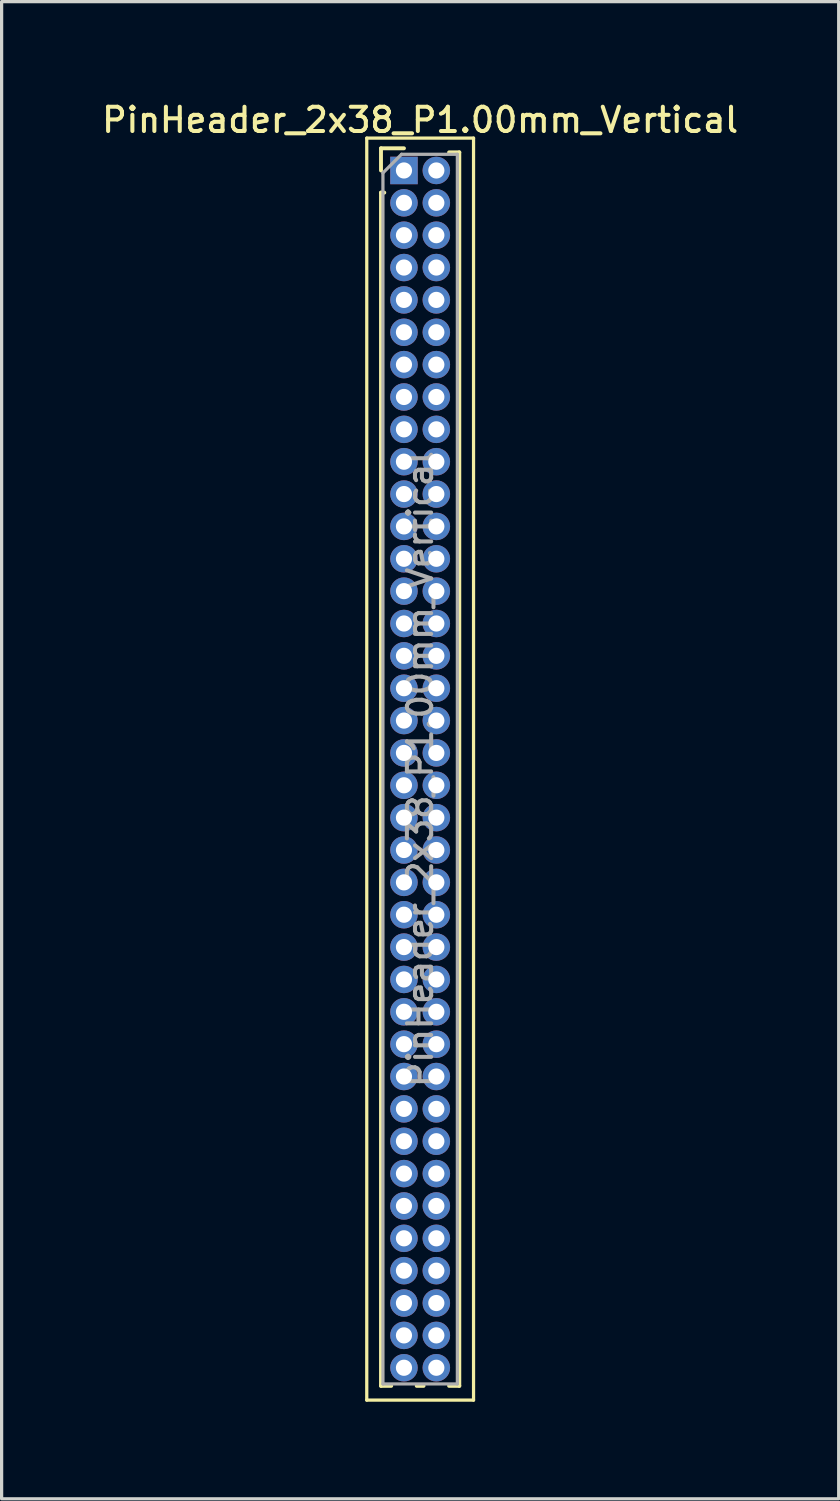
<source format=kicad_pcb>
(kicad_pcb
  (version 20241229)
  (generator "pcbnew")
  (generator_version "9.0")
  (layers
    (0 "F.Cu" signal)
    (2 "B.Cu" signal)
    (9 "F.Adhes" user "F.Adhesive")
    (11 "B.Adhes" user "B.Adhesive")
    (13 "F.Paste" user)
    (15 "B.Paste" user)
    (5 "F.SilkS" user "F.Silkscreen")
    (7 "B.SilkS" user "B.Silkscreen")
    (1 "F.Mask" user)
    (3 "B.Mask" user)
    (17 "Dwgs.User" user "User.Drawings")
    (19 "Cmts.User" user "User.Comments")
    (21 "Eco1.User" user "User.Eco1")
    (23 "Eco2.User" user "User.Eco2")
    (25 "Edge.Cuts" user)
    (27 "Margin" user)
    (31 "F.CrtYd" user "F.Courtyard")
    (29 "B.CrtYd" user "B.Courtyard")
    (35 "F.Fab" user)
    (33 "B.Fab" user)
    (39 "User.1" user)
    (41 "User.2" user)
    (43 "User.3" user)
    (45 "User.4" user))
  (footprint "PinHeader_2x38_P1.00mm_Vertical"
    (layer "F.Cu")
    (at 9.434 2.218)
    (property "Reference" "PinHeader_2x38_P1.00mm_Vertical" (at 0.5 -1.56 0) (layer "F.SilkS") (effects (font (size 0.75 0.75) (thickness 0.125))))
    (attr through_hole)
    (fp_line (start -1.15 -1) (end -1.15 38) (stroke (width 0.1) (type solid)) (layer "F.SilkS"))
    (fp_line (start -1.15 38) (end 2.15 38) (stroke (width 0.1) (type solid)) (layer "F.SilkS"))
    (fp_line (start -0.71 -0.685) (end 0 -0.685) (stroke (width 0.12) (type solid)) (layer "F.SilkS"))
    (fp_line (start -0.71 0) (end -0.71 -0.685) (stroke (width 0.12) (type solid)) (layer "F.SilkS"))
    (fp_line (start -0.71 0.685) (end -0.71 37.56) (stroke (width 0.12) (type solid)) (layer "F.SilkS"))
    (fp_line (start -0.71 0.685) (end -0.608 0.685) (stroke (width 0.12) (type solid)) (layer "F.SilkS"))
    (fp_line (start -0.71 37.56) (end -0.394 37.56) (stroke (width 0.12) (type solid)) (layer "F.SilkS"))
    (fp_line (start 0.394 37.56) (end 0.606 37.56) (stroke (width 0.12) (type solid)) (layer "F.SilkS"))
    (fp_line (start 1.394 -0.56) (end 1.71 -0.56) (stroke (width 0.12) (type solid)) (layer "F.SilkS"))
    (fp_line (start 1.394 37.56) (end 1.71 37.56) (stroke (width 0.12) (type solid)) (layer "F.SilkS"))
    (fp_line (start 1.71 -0.56) (end 1.71 37.56) (stroke (width 0.12) (type solid)) (layer "F.SilkS"))
    (fp_line (start 2.15 -1) (end -1.15 -1) (stroke (width 0.1) (type solid)) (layer "F.SilkS"))
    (fp_line (start 2.15 38) (end 2.15 -1) (stroke (width 0.1) (type solid)) (layer "F.SilkS"))
    (fp_line (start -0.65 0.075) (end -0.075 -0.5) (stroke (width 0.1) (type solid)) (layer "F.Fab"))
    (fp_line (start -0.65 37.5) (end -0.65 0.075) (stroke (width 0.1) (type solid)) (layer "F.Fab"))
    (fp_line (start -0.075 -0.5) (end 1.65 -0.5) (stroke (width 0.1) (type solid)) (layer "F.Fab"))
    (fp_line (start 1.65 -0.5) (end 1.65 37.5) (stroke (width 0.1) (type solid)) (layer "F.Fab"))
    (fp_line (start 1.65 37.5) (end -0.65 37.5) (stroke (width 0.1) (type solid)) (layer "F.Fab"))
    (fp_text user "${REFERENCE}" (at 0.5 18.5 90) (layer "F.Fab") (effects (font (size 0.75 0.75) (thickness 0.125))))
    (pad "1" thru_hole rect (at 0 0) (size 0.85 0.85) (drill 0.5) (layers "*.Cu" "*.Mask"))
    (pad "2" thru_hole oval (at 1 0) (size 0.85 0.85) (drill 0.5) (layers "*.Cu" "*.Mask"))
    (pad "3" thru_hole oval (at 0 1) (size 0.85 0.85) (drill 0.5) (layers "*.Cu" "*.Mask"))
    (pad "4" thru_hole oval (at 1 1) (size 0.85 0.85) (drill 0.5) (layers "*.Cu" "*.Mask"))
    (pad "5" thru_hole oval (at 0 2) (size 0.85 0.85) (drill 0.5) (layers "*.Cu" "*.Mask"))
    (pad "6" thru_hole oval (at 1 2) (size 0.85 0.85) (drill 0.5) (layers "*.Cu" "*.Mask"))
    (pad "7" thru_hole oval (at 0 3) (size 0.85 0.85) (drill 0.5) (layers "*.Cu" "*.Mask"))
    (pad "8" thru_hole oval (at 1 3) (size 0.85 0.85) (drill 0.5) (layers "*.Cu" "*.Mask"))
    (pad "9" thru_hole oval (at 0 4) (size 0.85 0.85) (drill 0.5) (layers "*.Cu" "*.Mask"))
    (pad "10" thru_hole oval (at 1 4) (size 0.85 0.85) (drill 0.5) (layers "*.Cu" "*.Mask"))
    (pad "11" thru_hole oval (at 0 5) (size 0.85 0.85) (drill 0.5) (layers "*.Cu" "*.Mask"))
    (pad "12" thru_hole oval (at 1 5) (size 0.85 0.85) (drill 0.5) (layers "*.Cu" "*.Mask"))
    (pad "13" thru_hole oval (at 0 6) (size 0.85 0.85) (drill 0.5) (layers "*.Cu" "*.Mask"))
    (pad "14" thru_hole oval (at 1 6) (size 0.85 0.85) (drill 0.5) (layers "*.Cu" "*.Mask"))
    (pad "15" thru_hole oval (at 0 7) (size 0.85 0.85) (drill 0.5) (layers "*.Cu" "*.Mask"))
    (pad "16" thru_hole oval (at 1 7) (size 0.85 0.85) (drill 0.5) (layers "*.Cu" "*.Mask"))
    (pad "17" thru_hole oval (at 0 8) (size 0.85 0.85) (drill 0.5) (layers "*.Cu" "*.Mask"))
    (pad "18" thru_hole oval (at 1 8) (size 0.85 0.85) (drill 0.5) (layers "*.Cu" "*.Mask"))
    (pad "19" thru_hole oval (at 0 9) (size 0.85 0.85) (drill 0.5) (layers "*.Cu" "*.Mask"))
    (pad "20" thru_hole oval (at 1 9) (size 0.85 0.85) (drill 0.5) (layers "*.Cu" "*.Mask"))
    (pad "21" thru_hole oval (at 0 10) (size 0.85 0.85) (drill 0.5) (layers "*.Cu" "*.Mask"))
    (pad "22" thru_hole oval (at 1 10) (size 0.85 0.85) (drill 0.5) (layers "*.Cu" "*.Mask"))
    (pad "23" thru_hole oval (at 0 11) (size 0.85 0.85) (drill 0.5) (layers "*.Cu" "*.Mask"))
    (pad "24" thru_hole oval (at 1 11) (size 0.85 0.85) (drill 0.5) (layers "*.Cu" "*.Mask"))
    (pad "25" thru_hole oval (at 0 12) (size 0.85 0.85) (drill 0.5) (layers "*.Cu" "*.Mask"))
    (pad "26" thru_hole oval (at 1 12) (size 0.85 0.85) (drill 0.5) (layers "*.Cu" "*.Mask"))
    (pad "27" thru_hole oval (at 0 13) (size 0.85 0.85) (drill 0.5) (layers "*.Cu" "*.Mask"))
    (pad "28" thru_hole oval (at 1 13) (size 0.85 0.85) (drill 0.5) (layers "*.Cu" "*.Mask"))
    (pad "29" thru_hole oval (at 0 14) (size 0.85 0.85) (drill 0.5) (layers "*.Cu" "*.Mask"))
    (pad "30" thru_hole oval (at 1 14) (size 0.85 0.85) (drill 0.5) (layers "*.Cu" "*.Mask"))
    (pad "31" thru_hole oval (at 0 15) (size 0.85 0.85) (drill 0.5) (layers "*.Cu" "*.Mask"))
    (pad "32" thru_hole oval (at 1 15) (size 0.85 0.85) (drill 0.5) (layers "*.Cu" "*.Mask"))
    (pad "33" thru_hole oval (at 0 16) (size 0.85 0.85) (drill 0.5) (layers "*.Cu" "*.Mask"))
    (pad "34" thru_hole oval (at 1 16) (size 0.85 0.85) (drill 0.5) (layers "*.Cu" "*.Mask"))
    (pad "35" thru_hole oval (at 0 17) (size 0.85 0.85) (drill 0.5) (layers "*.Cu" "*.Mask"))
    (pad "36" thru_hole oval (at 1 17) (size 0.85 0.85) (drill 0.5) (layers "*.Cu" "*.Mask"))
    (pad "37" thru_hole oval (at 0 18) (size 0.85 0.85) (drill 0.5) (layers "*.Cu" "*.Mask"))
    (pad "38" thru_hole oval (at 1 18) (size 0.85 0.85) (drill 0.5) (layers "*.Cu" "*.Mask"))
    (pad "39" thru_hole oval (at 0 19) (size 0.85 0.85) (drill 0.5) (layers "*.Cu" "*.Mask"))
    (pad "40" thru_hole oval (at 1 19) (size 0.85 0.85) (drill 0.5) (layers "*.Cu" "*.Mask"))
    (pad "41" thru_hole oval (at 0 20) (size 0.85 0.85) (drill 0.5) (layers "*.Cu" "*.Mask"))
    (pad "42" thru_hole oval (at 1 20) (size 0.85 0.85) (drill 0.5) (layers "*.Cu" "*.Mask"))
    (pad "43" thru_hole oval (at 0 21) (size 0.85 0.85) (drill 0.5) (layers "*.Cu" "*.Mask"))
    (pad "44" thru_hole oval (at 1 21) (size 0.85 0.85) (drill 0.5) (layers "*.Cu" "*.Mask"))
    (pad "45" thru_hole oval (at 0 22) (size 0.85 0.85) (drill 0.5) (layers "*.Cu" "*.Mask"))
    (pad "46" thru_hole oval (at 1 22) (size 0.85 0.85) (drill 0.5) (layers "*.Cu" "*.Mask"))
    (pad "47" thru_hole oval (at 0 23) (size 0.85 0.85) (drill 0.5) (layers "*.Cu" "*.Mask"))
    (pad "48" thru_hole oval (at 1 23) (size 0.85 0.85) (drill 0.5) (layers "*.Cu" "*.Mask"))
    (pad "49" thru_hole oval (at 0 24) (size 0.85 0.85) (drill 0.5) (layers "*.Cu" "*.Mask"))
    (pad "50" thru_hole oval (at 1 24) (size 0.85 0.85) (drill 0.5) (layers "*.Cu" "*.Mask"))
    (pad "51" thru_hole oval (at 0 25) (size 0.85 0.85) (drill 0.5) (layers "*.Cu" "*.Mask"))
    (pad "52" thru_hole oval (at 1 25) (size 0.85 0.85) (drill 0.5) (layers "*.Cu" "*.Mask"))
    (pad "53" thru_hole oval (at 0 26) (size 0.85 0.85) (drill 0.5) (layers "*.Cu" "*.Mask"))
    (pad "54" thru_hole oval (at 1 26) (size 0.85 0.85) (drill 0.5) (layers "*.Cu" "*.Mask"))
    (pad "55" thru_hole oval (at 0 27) (size 0.85 0.85) (drill 0.5) (layers "*.Cu" "*.Mask"))
    (pad "56" thru_hole oval (at 1 27) (size 0.85 0.85) (drill 0.5) (layers "*.Cu" "*.Mask"))
    (pad "57" thru_hole oval (at 0 28) (size 0.85 0.85) (drill 0.5) (layers "*.Cu" "*.Mask"))
    (pad "58" thru_hole oval (at 1 28) (size 0.85 0.85) (drill 0.5) (layers "*.Cu" "*.Mask"))
    (pad "59" thru_hole oval (at 0 29) (size 0.85 0.85) (drill 0.5) (layers "*.Cu" "*.Mask"))
    (pad "60" thru_hole oval (at 1 29) (size 0.85 0.85) (drill 0.5) (layers "*.Cu" "*.Mask"))
    (pad "61" thru_hole oval (at 0 30) (size 0.85 0.85) (drill 0.5) (layers "*.Cu" "*.Mask"))
    (pad "62" thru_hole oval (at 1 30) (size 0.85 0.85) (drill 0.5) (layers "*.Cu" "*.Mask"))
    (pad "63" thru_hole oval (at 0 31) (size 0.85 0.85) (drill 0.5) (layers "*.Cu" "*.Mask"))
    (pad "64" thru_hole oval (at 1 31) (size 0.85 0.85) (drill 0.5) (layers "*.Cu" "*.Mask"))
    (pad "65" thru_hole oval (at 0 32) (size 0.85 0.85) (drill 0.5) (layers "*.Cu" "*.Mask"))
    (pad "66" thru_hole oval (at 1 32) (size 0.85 0.85) (drill 0.5) (layers "*.Cu" "*.Mask"))
    (pad "67" thru_hole oval (at 0 33) (size 0.85 0.85) (drill 0.5) (layers "*.Cu" "*.Mask"))
    (pad "68" thru_hole oval (at 1 33) (size 0.85 0.85) (drill 0.5) (layers "*.Cu" "*.Mask"))
    (pad "69" thru_hole oval (at 0 34) (size 0.85 0.85) (drill 0.5) (layers "*.Cu" "*.Mask"))
    (pad "70" thru_hole oval (at 1 34) (size 0.85 0.85) (drill 0.5) (layers "*.Cu" "*.Mask"))
    (pad "71" thru_hole oval (at 0 35) (size 0.85 0.85) (drill 0.5) (layers "*.Cu" "*.Mask"))
    (pad "72" thru_hole oval (at 1 35) (size 0.85 0.85) (drill 0.5) (layers "*.Cu" "*.Mask"))
    (pad "73" thru_hole oval (at 0 36) (size 0.85 0.85) (drill 0.5) (layers "*.Cu" "*.Mask"))
    (pad "74" thru_hole oval (at 1 36) (size 0.85 0.85) (drill 0.5) (layers "*.Cu" "*.Mask"))
    (pad "75" thru_hole oval (at 0 37) (size 0.85 0.85) (drill 0.5) (layers "*.Cu" "*.Mask"))
    (pad "76" thru_hole oval (at 1 37) (size 0.85 0.85) (drill 0.5) (layers "*.Cu" "*.Mask")))
  (gr_rect
    (start -3 -3)
    (end 22.868 43.268)
    (stroke (width 0.1) (type default))
    (fill no)
    (layer "Edge.Cuts")))
</source>
